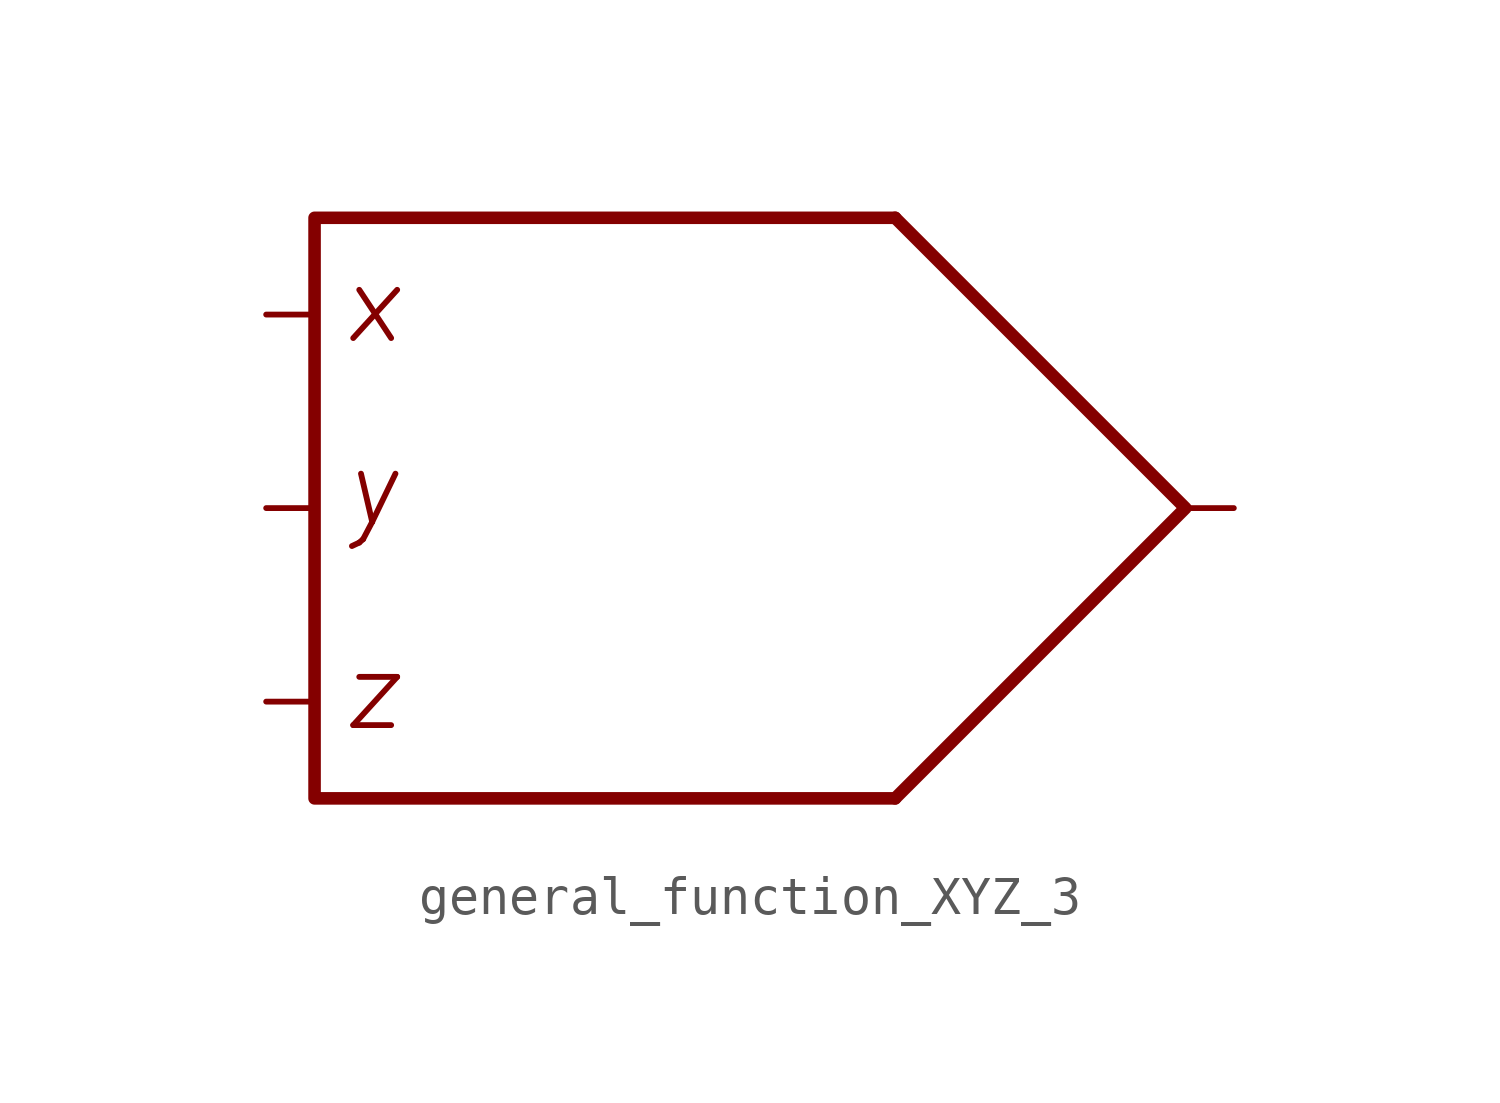
<source format=kicad_sym>
(kicad_symbol_lib
  (version 20211014)
  (generator kicad_symbol_editor)
  (symbol "general_function_XYZ_3"
    (property "Reference" "U"
      (at 3.81 12.7 0)
      (effects (font (size 1.27 1.27)) hide))
    (symbol "general_function_XYZ_3_0_0"
      (polyline (pts (xy 0 7.62) (xy -15.24 7.62) (xy -15.24 -7.62) (xy 0 -7.62)) (stroke (width 0.33) (type default) (color 0 0 0 0)) (fill (type none)))
      (text "x" (at -13.716 5.334 0) (effects (font (size 1.9 1.9) italic)))
      (text "y" (at -13.716 0.508 0) (effects (font (size 1.9 1.9) italic)))
      (text "z" (at -13.716 -4.826 0) (effects (font (size 1.9 1.9) italic))))
    (symbol "general_function_XYZ_3_0_1"
      (polyline (pts (xy 0 7.62) (xy 7.62 0) (xy 0 -7.62)) (stroke (width 0.33) (type default) (color 0 0 0 0)) (fill (type none))))
    (symbol "general_function_XYZ_3_1_1"
      (pin input line (at -16.51 -5.08 0) (length 1.27) (name "" (effects (font (size 1.27 1.27)))) (number "" (effects (font (size 1.27 1.27)))))
      (pin input line (at -16.51 0 0) (length 1.27) (name "" (effects (font (size 1.27 1.27)))) (number "" (effects (font (size 1.27 1.27)))))
      (pin input line (at -16.51 5.08 0) (length 1.27) (name "" (effects (font (size 1.27 1.27)))) (number "" (effects (font (size 1.27 1.27)))))
      (pin output line (at 8.89 0 180) (length 1.27) (name "" (effects (font (size 1.27 1.27)))) (number "" (effects (font (size 1.27 1.27))))))))
</source>
